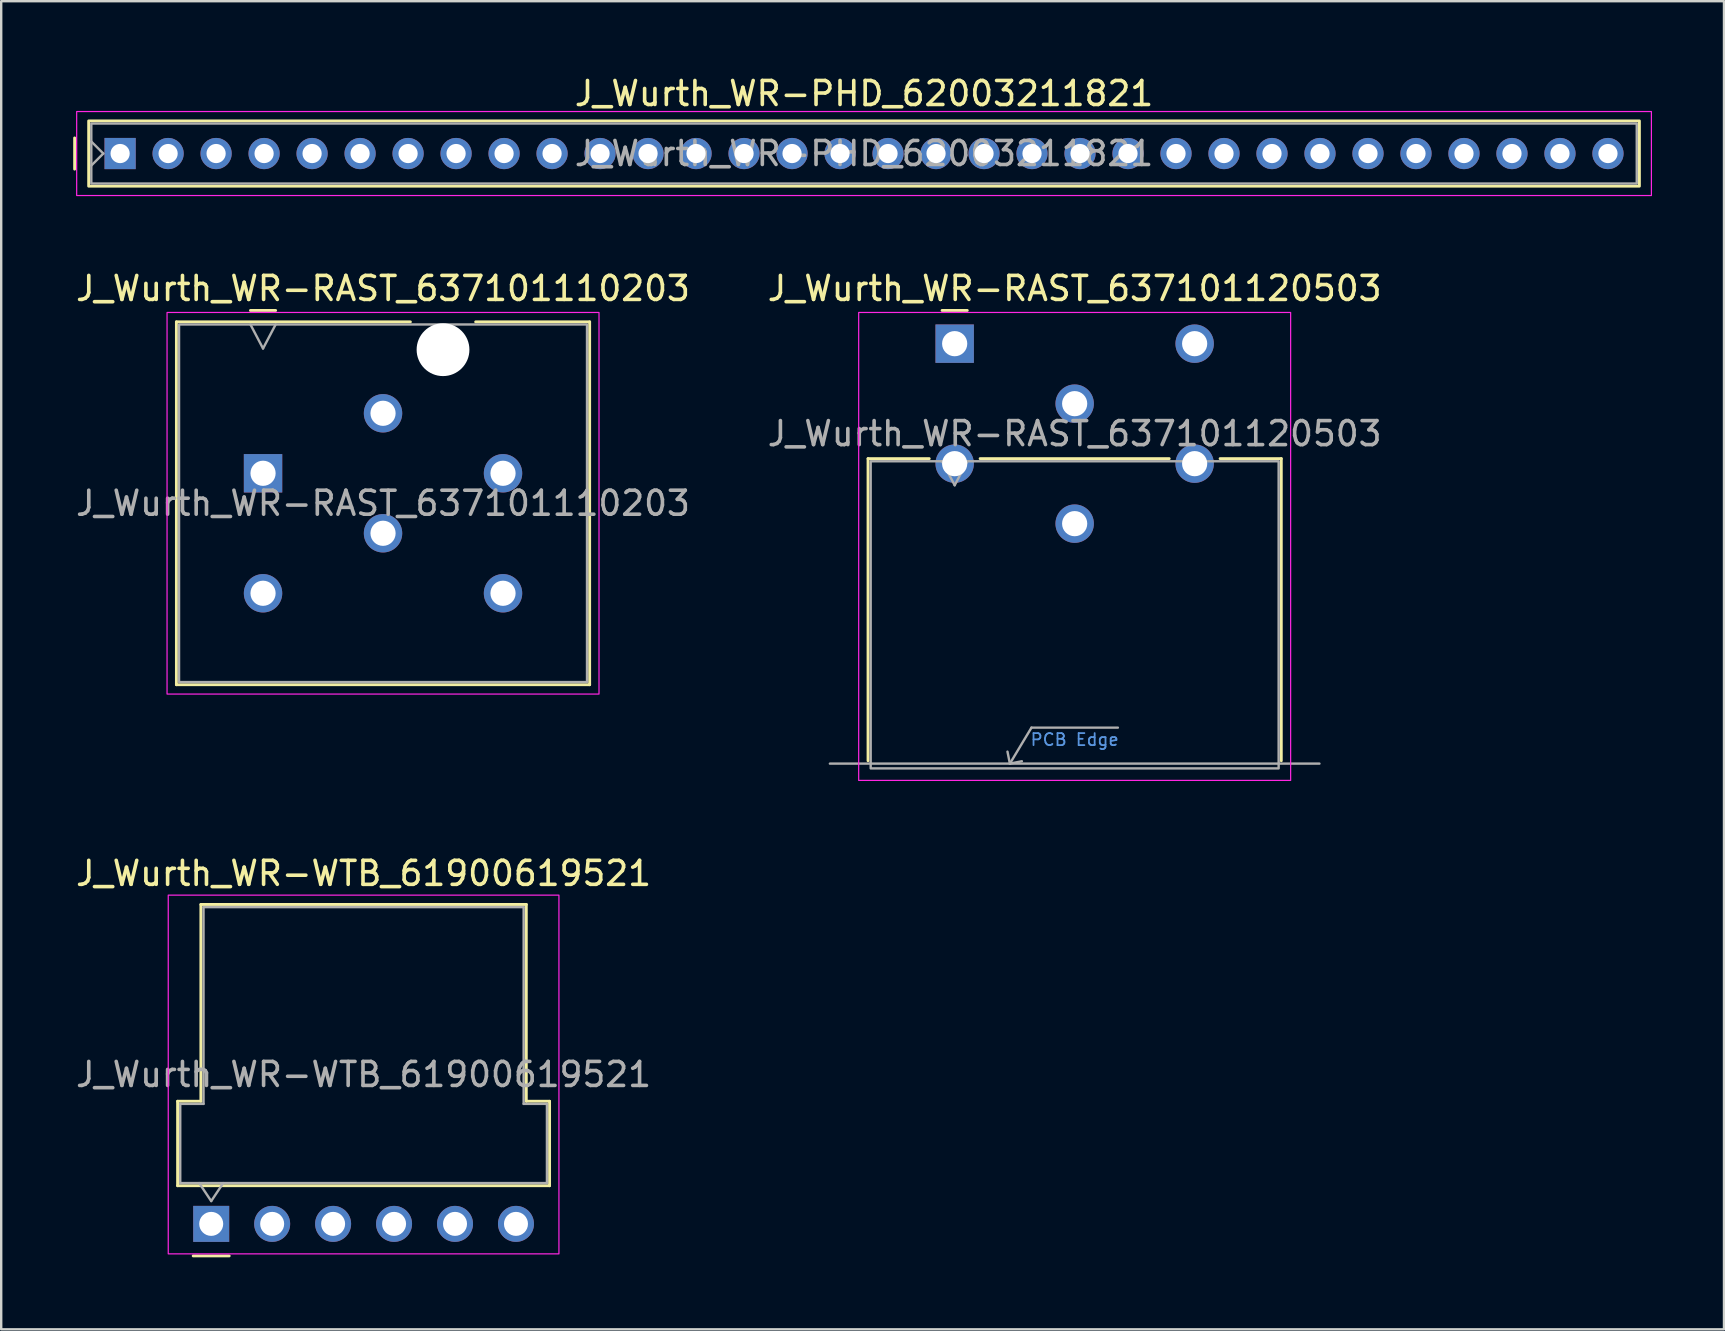
<source format=kicad_pcb>
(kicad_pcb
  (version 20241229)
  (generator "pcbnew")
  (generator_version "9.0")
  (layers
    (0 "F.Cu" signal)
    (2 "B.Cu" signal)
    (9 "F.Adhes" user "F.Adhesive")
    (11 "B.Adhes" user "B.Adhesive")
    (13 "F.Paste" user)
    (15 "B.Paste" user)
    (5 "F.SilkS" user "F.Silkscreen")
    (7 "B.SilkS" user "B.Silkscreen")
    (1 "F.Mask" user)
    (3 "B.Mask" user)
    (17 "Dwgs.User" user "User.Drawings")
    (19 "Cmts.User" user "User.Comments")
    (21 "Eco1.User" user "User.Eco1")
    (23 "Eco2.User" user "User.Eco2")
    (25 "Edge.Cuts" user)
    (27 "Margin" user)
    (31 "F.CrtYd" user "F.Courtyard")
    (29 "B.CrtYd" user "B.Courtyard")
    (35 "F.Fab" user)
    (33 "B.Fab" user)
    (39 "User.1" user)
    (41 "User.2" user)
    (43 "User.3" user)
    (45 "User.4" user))
  (footprint "J_Wurth_WR-RAST_637101110203"
    (layer "F.Cu")
    (at 7.911 16.672)
    (property "Reference" "J_Wurth_WR-RAST_637101110203" (at 5 -7.7 0) (unlocked yes) (layer "F.SilkS") (effects (font (size 1 1) (thickness 0.15))))
    (attr smd)
    (fp_line (start -3.61 -6.31) (end -3.61 8.81) (stroke (width 0.12) (type default)) (layer "F.SilkS"))
    (fp_line (start -3.61 -6.31) (end 6.14 -6.31) (stroke (width 0.12) (type default)) (layer "F.SilkS"))
    (fp_line (start -3.61 8.81) (end 13.61 8.81) (stroke (width 0.12) (type default)) (layer "F.SilkS"))
    (fp_line (start -0.525 -6.785) (end 0.525 -6.785) (stroke (width 0.12) (type default)) (layer "F.SilkS"))
    (fp_line (start 13.61 -6.31) (end 8.86 -6.31) (stroke (width 0.12) (type default)) (layer "F.SilkS"))
    (fp_line (start 13.61 -6.31) (end 13.61 8.81) (stroke (width 0.12) (type default)) (layer "F.SilkS"))
    (fp_rect (start -4 -6.7) (end 14 9.2) (stroke (width 0.05) (type default)) (fill no) (layer "F.CrtYd"))
    (fp_line (start -0.525 -6.2) (end 0 -5.2) (stroke (width 0.1) (type default)) (layer "F.Fab"))
    (fp_line (start 0.525 -6.2) (end 0 -5.2) (stroke (width 0.1) (type default)) (layer "F.Fab"))
    (fp_rect (start -3.5 -6.2) (end 13.5 8.7) (stroke (width 0.1) (type default)) (fill no) (layer "F.Fab"))
    (fp_text user "${REFERENCE}" (at 5 1.25 0) (unlocked yes) (layer "F.Fab") (effects (font (size 1 1) (thickness 0.15))))
    (pad "" np_thru_hole circle (at 7.5 -5.15) (size 2.2 2.2) (drill 2.2) (layers "*.Cu" "*.Mask"))
    (pad "1" thru_hole rect (at 0 0) (size 1.6 1.6) (drill 1.05) (layers "*.Cu" "*.Mask"))
    (pad "2" thru_hole circle (at 5 -2.5) (size 1.6 1.6) (drill 1.05) (layers "*.Cu" "*.Mask"))
    (pad "3" thru_hole circle (at 10 0) (size 1.6 1.6) (drill 1.05) (layers "*.Cu" "*.Mask"))
    (pad "A1" thru_hole circle (at 0 5) (size 1.6 1.6) (drill 1.05) (layers "*.Cu" "*.Mask"))
    (pad "A2" thru_hole circle (at 5 2.5) (size 1.6 1.6) (drill 1.05) (layers "*.Cu" "*.Mask"))
    (pad "A3" thru_hole circle (at 10 5) (size 1.6 1.6) (drill 1.05) (layers "*.Cu" "*.Mask")))
  (footprint "J_Wurth_WR-PHD_62003211821"
    (layer "F.Cu")
    (at 1.955 3.348)
    (property "Reference" "J_Wurth_WR-PHD_62003211821" (at 31 -2.5 0) (unlocked yes) (layer "F.SilkS") (effects (font (size 1 1) (thickness 0.15))))
    (attr through_hole)
    (fp_line (start -1.895 -0.65) (end -1.895 0.65) (stroke (width 0.12) (type solid)) (layer "F.SilkS"))
    (fp_rect (start -1.31 -1.36) (end 63.31 1.36) (stroke (width 0.12) (type solid)) (fill no) (layer "F.SilkS"))
    (fp_rect (start -1.81 -1.75) (end 63.81 1.75) (stroke (width 0.05) (type solid)) (fill no) (layer "F.CrtYd"))
    (fp_line (start -1.2 -0.5) (end -0.7 0) (stroke (width 0.1) (type default)) (layer "F.Fab"))
    (fp_line (start -0.7 0) (end -1.2 0.5) (stroke (width 0.1) (type default)) (layer "F.Fab"))
    (fp_rect (start -1.2 -1.25) (end 63.2 1.25) (stroke (width 0.1) (type solid)) (fill no) (layer "F.Fab"))
    (fp_text user "${REFERENCE}" (at 31 0 0) (unlocked yes) (layer "F.Fab") (effects (font (size 1 1) (thickness 0.15))))
    (pad "1" thru_hole rect (at 0 0) (size 1.3 1.3) (drill 0.8) (layers "*.Cu" "*.Mask"))
    (pad "2" thru_hole circle (at 2 0) (size 1.3 1.3) (drill 0.8) (layers "*.Cu" "*.Mask"))
    (pad "3" thru_hole circle (at 4 0) (size 1.3 1.3) (drill 0.8) (layers "*.Cu" "*.Mask"))
    (pad "4" thru_hole circle (at 6 0) (size 1.3 1.3) (drill 0.8) (layers "*.Cu" "*.Mask"))
    (pad "5" thru_hole circle (at 8 0) (size 1.3 1.3) (drill 0.8) (layers "*.Cu" "*.Mask"))
    (pad "6" thru_hole circle (at 10 0) (size 1.3 1.3) (drill 0.8) (layers "*.Cu" "*.Mask"))
    (pad "7" thru_hole circle (at 12 0) (size 1.3 1.3) (drill 0.8) (layers "*.Cu" "*.Mask"))
    (pad "8" thru_hole circle (at 14 0) (size 1.3 1.3) (drill 0.8) (layers "*.Cu" "*.Mask"))
    (pad "9" thru_hole circle (at 16 0) (size 1.3 1.3) (drill 0.8) (layers "*.Cu" "*.Mask"))
    (pad "10" thru_hole circle (at 18 0) (size 1.3 1.3) (drill 0.8) (layers "*.Cu" "*.Mask"))
    (pad "11" thru_hole circle (at 20 0) (size 1.3 1.3) (drill 0.8) (layers "*.Cu" "*.Mask"))
    (pad "12" thru_hole circle (at 22 0) (size 1.3 1.3) (drill 0.8) (layers "*.Cu" "*.Mask"))
    (pad "13" thru_hole circle (at 24 0) (size 1.3 1.3) (drill 0.8) (layers "*.Cu" "*.Mask"))
    (pad "14" thru_hole circle (at 26 0) (size 1.3 1.3) (drill 0.8) (layers "*.Cu" "*.Mask"))
    (pad "15" thru_hole circle (at 28 0) (size 1.3 1.3) (drill 0.8) (layers "*.Cu" "*.Mask"))
    (pad "16" thru_hole circle (at 30 0) (size 1.3 1.3) (drill 0.8) (layers "*.Cu" "*.Mask"))
    (pad "17" thru_hole circle (at 32 0) (size 1.3 1.3) (drill 0.8) (layers "*.Cu" "*.Mask"))
    (pad "18" thru_hole circle (at 34 0) (size 1.3 1.3) (drill 0.8) (layers "*.Cu" "*.Mask"))
    (pad "19" thru_hole circle (at 36 0) (size 1.3 1.3) (drill 0.8) (layers "*.Cu" "*.Mask"))
    (pad "20" thru_hole circle (at 38 0) (size 1.3 1.3) (drill 0.8) (layers "*.Cu" "*.Mask"))
    (pad "21" thru_hole circle (at 40 0) (size 1.3 1.3) (drill 0.8) (layers "*.Cu" "*.Mask"))
    (pad "22" thru_hole circle (at 42 0) (size 1.3 1.3) (drill 0.8) (layers "*.Cu" "*.Mask"))
    (pad "23" thru_hole circle (at 44 0) (size 1.3 1.3) (drill 0.8) (layers "*.Cu" "*.Mask"))
    (pad "24" thru_hole circle (at 46 0) (size 1.3 1.3) (drill 0.8) (layers "*.Cu" "*.Mask"))
    (pad "25" thru_hole circle (at 48 0) (size 1.3 1.3) (drill 0.8) (layers "*.Cu" "*.Mask"))
    (pad "26" thru_hole circle (at 50 0) (size 1.3 1.3) (drill 0.8) (layers "*.Cu" "*.Mask"))
    (pad "27" thru_hole circle (at 52 0) (size 1.3 1.3) (drill 0.8) (layers "*.Cu" "*.Mask"))
    (pad "28" thru_hole circle (at 54 0) (size 1.3 1.3) (drill 0.8) (layers "*.Cu" "*.Mask"))
    (pad "29" thru_hole circle (at 56 0) (size 1.3 1.3) (drill 0.8) (layers "*.Cu" "*.Mask"))
    (pad "30" thru_hole circle (at 58 0) (size 1.3 1.3) (drill 0.8) (layers "*.Cu" "*.Mask"))
    (pad "31" thru_hole circle (at 60 0) (size 1.3 1.3) (drill 0.8) (layers "*.Cu" "*.Mask"))
    (pad "32" thru_hole circle (at 62 0) (size 1.3 1.3) (drill 0.8) (layers "*.Cu" "*.Mask")))
  (footprint "J_Wurth_WR-WTB_61900619521"
    (layer "F.Cu")
    (at 5.751 47.95)
    (property "Reference" "J_Wurth_WR-WTB_61900619521" (at 6.35 -14.605 0) (unlocked yes) (layer "F.SilkS") (effects (font (size 1 1) (thickness 0.15))))
    (attr through_hole)
    (fp_line (start -1.4 -5.11) (end -1.4 -1.59) (stroke (width 0.12) (type default)) (layer "F.SilkS"))
    (fp_line (start -1.4 -1.59) (end 14.1 -1.59) (stroke (width 0.12) (type default)) (layer "F.SilkS"))
    (fp_line (start -0.43 -13.31) (end -0.43 -5.11) (stroke (width 0.12) (type default)) (layer "F.SilkS"))
    (fp_line (start -0.43 -5.11) (end -1.4 -5.11) (stroke (width 0.12) (type default)) (layer "F.SilkS"))
    (fp_line (start 0.75 1.335) (end -0.75 1.335) (stroke (width 0.12) (type solid)) (layer "F.SilkS"))
    (fp_line (start 13.13 -13.31) (end -0.43 -13.31) (stroke (width 0.12) (type default)) (layer "F.SilkS"))
    (fp_line (start 13.13 -5.11) (end 13.13 -13.31) (stroke (width 0.12) (type default)) (layer "F.SilkS"))
    (fp_line (start 14.1 -5.11) (end 13.13 -5.11) (stroke (width 0.12) (type default)) (layer "F.SilkS"))
    (fp_line (start 14.1 -1.59) (end 14.1 -5.11) (stroke (width 0.12) (type default)) (layer "F.SilkS"))
    (fp_rect (start -1.79 -13.7) (end 14.49 1.25) (stroke (width 0.05) (type solid)) (fill no) (layer "F.CrtYd"))
    (fp_line (start -1.29 -5) (end -1.29 -1.7) (stroke (width 0.1) (type solid)) (layer "F.Fab"))
    (fp_line (start -1.29 -5) (end -0.32 -5) (stroke (width 0.1) (type solid)) (layer "F.Fab"))
    (fp_line (start -0.32 -13.2) (end -0.32 -5) (stroke (width 0.1) (type solid)) (layer "F.Fab"))
    (fp_line (start 0 -0.95) (end -0.5 -1.7) (stroke (width 0.1) (type solid)) (layer "F.Fab"))
    (fp_line (start 0 -0.95) (end 0.5 -1.7) (stroke (width 0.1) (type solid)) (layer "F.Fab"))
    (fp_line (start 13.02 -13.2) (end -0.32 -13.2) (stroke (width 0.1) (type solid)) (layer "F.Fab"))
    (fp_line (start 13.02 -13.2) (end 13.02 -5) (stroke (width 0.1) (type solid)) (layer "F.Fab"))
    (fp_line (start 13.99 -5) (end 13.02 -5) (stroke (width 0.1) (type solid)) (layer "F.Fab"))
    (fp_line (start 13.99 -5) (end 13.99 -1.7) (stroke (width 0.1) (type solid)) (layer "F.Fab"))
    (fp_line (start 13.99 -1.7) (end -1.29 -1.7) (stroke (width 0.1) (type solid)) (layer "F.Fab"))
    (fp_text user "${REFERENCE}" (at 6.35 -6.225 0) (unlocked yes) (layer "F.Fab") (effects (font (size 1 1) (thickness 0.15))))
    (pad "1" thru_hole rect (at 0 0) (size 1.5 1.5) (drill 1) (layers "*.Cu" "*.Mask"))
    (pad "2" thru_hole circle (at 2.54 0) (size 1.5 1.5) (drill 1) (layers "*.Cu" "*.Mask"))
    (pad "3" thru_hole circle (at 5.08 0) (size 1.5 1.5) (drill 1) (layers "*.Cu" "*.Mask"))
    (pad "4" thru_hole circle (at 7.62 0) (size 1.5 1.5) (drill 1) (layers "*.Cu" "*.Mask"))
    (pad "5" thru_hole circle (at 10.16 0) (size 1.5 1.5) (drill 1) (layers "*.Cu" "*.Mask"))
    (pad "6" thru_hole circle (at 12.7 0) (size 1.5 1.5) (drill 1) (layers "*.Cu" "*.Mask")))
  (footprint "J_Wurth_WR-RAST_637101120503"
    (layer "F.Cu")
    (at 36.732 11.271)
    (property "Reference" "J_Wurth_WR-RAST_637101120503" (at 5 -2.3 0) (unlocked yes) (layer "F.SilkS") (effects (font (size 1 1) (thickness 0.15))))
    (attr smd)
    (fp_line (start -3.61 4.79) (end -3.61 17.38) (stroke (width 0.12) (type default)) (layer "F.SilkS"))
    (fp_line (start -3.61 4.79) (end -1.06 4.79) (stroke (width 0.12) (type default)) (layer "F.SilkS"))
    (fp_line (start -0.525 -1.385) (end 0.525 -1.385) (stroke (width 0.12) (type default)) (layer "F.SilkS"))
    (fp_line (start 1.06 4.79) (end 8.94 4.79) (stroke (width 0.12) (type default)) (layer "F.SilkS"))
    (fp_line (start 13.61 4.79) (end 11.06 4.79) (stroke (width 0.12) (type default)) (layer "F.SilkS"))
    (fp_line (start 13.61 4.79) (end 13.61 17.38) (stroke (width 0.12) (type default)) (layer "F.SilkS"))
    (fp_rect (start -4 -1.3) (end 14 18.2) (stroke (width 0.05) (type default)) (fill no) (layer "F.CrtYd"))
    (fp_line (start -5.2 17.5) (end 15.2 17.5) (stroke (width 0.1) (type default)) (layer "F.Fab"))
    (fp_line (start -0.525 4.9) (end 0 5.9) (stroke (width 0.1) (type default)) (layer "F.Fab"))
    (fp_line (start 0.525 4.9) (end 0 5.9) (stroke (width 0.1) (type default)) (layer "F.Fab"))
    (fp_line (start 2.3 17.5) (end 2.2 17) (stroke (width 0.1) (type default)) (layer "F.Fab"))
    (fp_line (start 2.3 17.5) (end 2.8 17.4) (stroke (width 0.1) (type default)) (layer "F.Fab"))
    (fp_line (start 2.3 17.5) (end 3.2 16) (stroke (width 0.1) (type default)) (layer "F.Fab"))
    (fp_line (start 3.2 16) (end 6.8 16) (stroke (width 0.1) (type default)) (layer "F.Fab"))
    (fp_rect (start -3.5 4.9) (end 13.5 17.7) (stroke (width 0.1) (type default)) (fill no) (layer "F.Fab"))
    (fp_text user "PCB Edge" (at 5 16.5 0) (unlocked yes) (layer "Cmts.User") (effects (font (size 0.5 0.5) (thickness 0.075))))
    (fp_text user "${REFERENCE}" (at 5 3.75 0) (unlocked yes) (layer "F.Fab") (effects (font (size 1 1) (thickness 0.15))))
    (pad "1" thru_hole rect (at 0 0) (size 1.6 1.6) (drill 1.05) (layers "*.Cu" "*.Mask"))
    (pad "2" thru_hole circle (at 5 2.5) (size 1.6 1.6) (drill 1.05) (layers "*.Cu" "*.Mask"))
    (pad "3" thru_hole circle (at 10 0) (size 1.6 1.6) (drill 1.05) (layers "*.Cu" "*.Mask"))
    (pad "A1" thru_hole circle (at 0 5) (size 1.6 1.6) (drill 1.05) (layers "*.Cu" "*.Mask"))
    (pad "A2" thru_hole circle (at 5 7.5) (size 1.6 1.6) (drill 1.05) (layers "*.Cu" "*.Mask"))
    (pad "A3" thru_hole circle (at 10 5) (size 1.6 1.6) (drill 1.05) (layers "*.Cu" "*.Mask")))
  (gr_rect
    (start -3 -3)
    (end 68.79 52.345)
    (stroke (width 0.1) (type default))
    (fill no)
    (layer "Edge.Cuts")))
</source>
